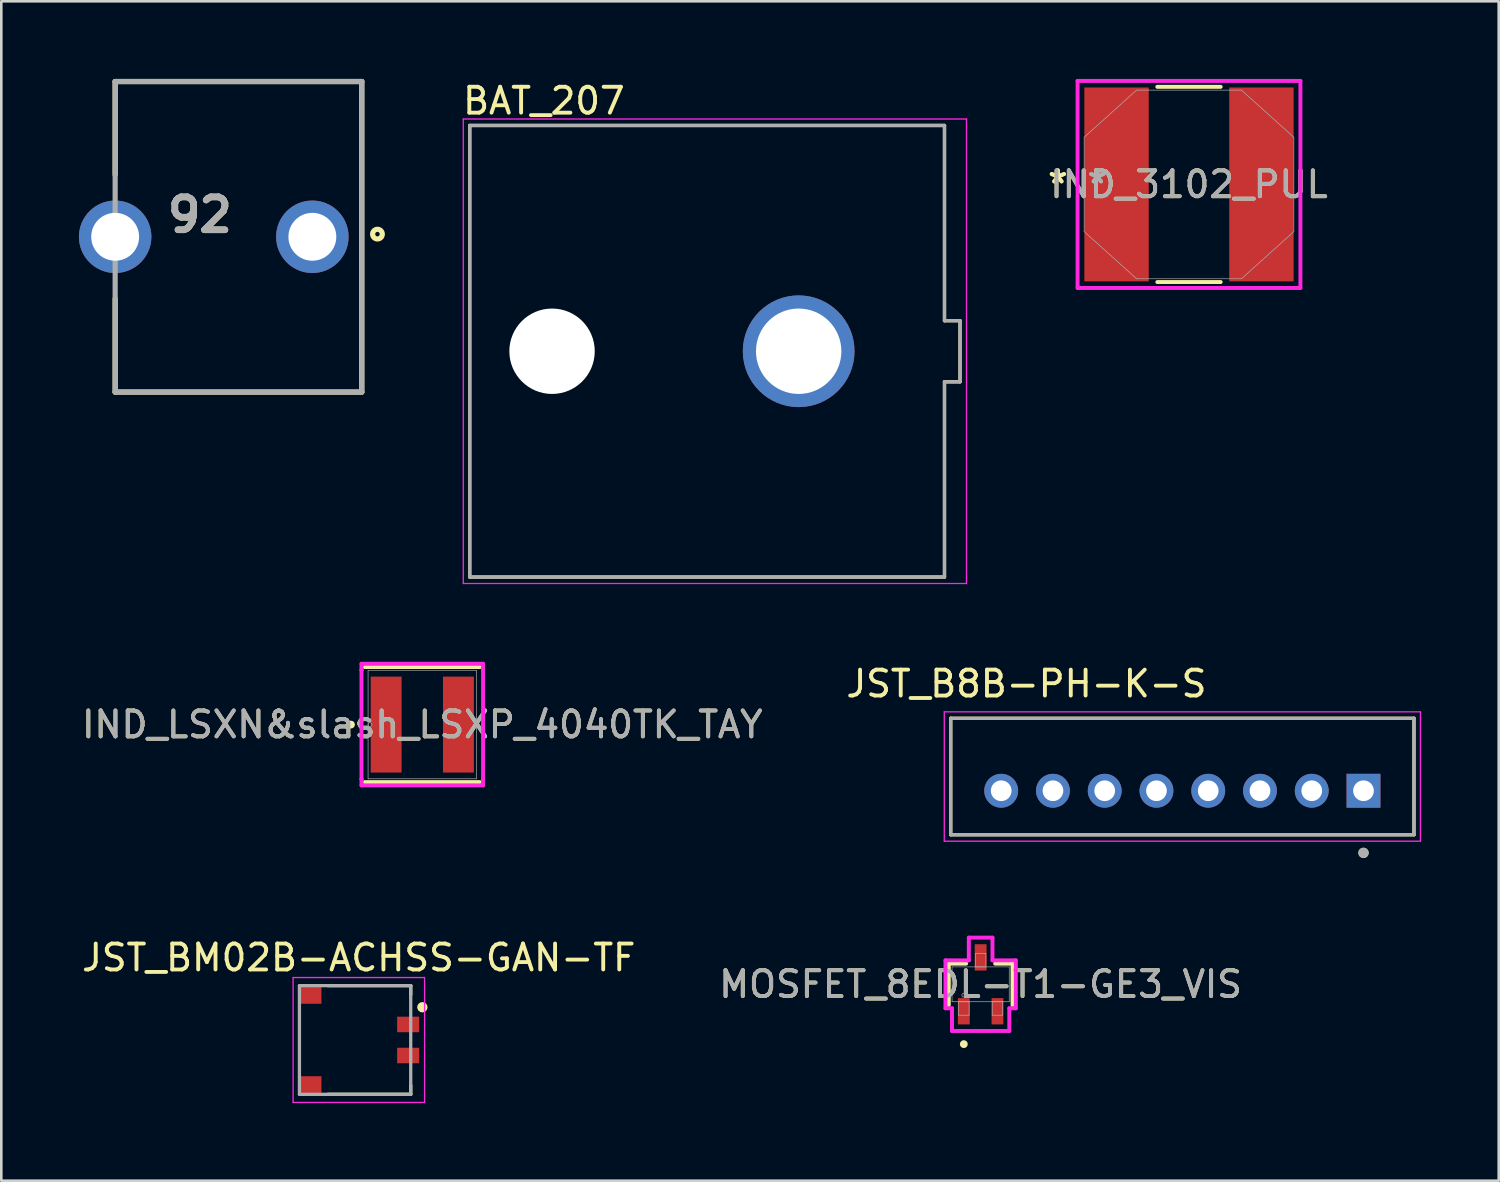
<source format=kicad_pcb>
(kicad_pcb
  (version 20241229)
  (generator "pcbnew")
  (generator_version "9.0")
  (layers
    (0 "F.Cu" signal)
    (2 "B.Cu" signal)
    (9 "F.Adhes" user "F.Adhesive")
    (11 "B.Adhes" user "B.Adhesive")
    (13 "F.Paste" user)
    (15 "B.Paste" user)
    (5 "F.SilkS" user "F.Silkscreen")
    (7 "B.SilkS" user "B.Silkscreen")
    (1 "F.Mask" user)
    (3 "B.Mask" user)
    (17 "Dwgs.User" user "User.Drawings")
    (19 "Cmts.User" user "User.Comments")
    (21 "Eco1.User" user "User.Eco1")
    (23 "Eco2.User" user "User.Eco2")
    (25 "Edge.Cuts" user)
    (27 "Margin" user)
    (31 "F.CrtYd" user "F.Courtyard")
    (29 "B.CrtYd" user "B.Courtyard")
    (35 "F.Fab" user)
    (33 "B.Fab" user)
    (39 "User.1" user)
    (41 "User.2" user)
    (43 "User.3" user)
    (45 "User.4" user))
  (footprint "MOSFET_8EDL-T1-GE3_VIS"
    (layer "F.Cu")
    (at 34.844 34.986)
    (property "Reference" "MOSFET_8EDL-T1-GE3_VIS" (at 0 0 0) (unlocked yes) (layer "F.SilkS") (effects (font (size 1 1) (thickness 0.15))))
    (attr smd)
    (fp_line (start -1.232 -0.8) (end -1.232 0.8) (stroke (width 0.152) (type solid)) (layer "F.SilkS"))
    (fp_line (start -0.561 -0.8) (end -1.232 -0.8) (stroke (width 0.152) (type solid)) (layer "F.SilkS"))
    (fp_line (start 1.232 -0.8) (end 0.561 -0.8) (stroke (width 0.152) (type solid)) (layer "F.SilkS"))
    (fp_line (start 1.232 0.8) (end 1.232 -0.8) (stroke (width 0.152) (type solid)) (layer "F.SilkS"))
    (fp_circle (center -0.65 2.311) (end -0.574 2.311) (stroke (width 0.152) (type solid)) (fill no) (layer "F.SilkS"))
    (fp_line (start -1.359 -0.927) (end -0.457 -0.927) (stroke (width 0.152) (type solid)) (layer "F.CrtYd"))
    (fp_line (start -1.359 0.927) (end -1.359 -0.927) (stroke (width 0.152) (type solid)) (layer "F.CrtYd"))
    (fp_line (start -1.359 0.927) (end -1.107 0.927) (stroke (width 0.152) (type solid)) (layer "F.CrtYd"))
    (fp_line (start -1.107 0.927) (end -1.107 1.803) (stroke (width 0.152) (type solid)) (layer "F.CrtYd"))
    (fp_line (start -1.107 1.803) (end 1.107 1.803) (stroke (width 0.152) (type solid)) (layer "F.CrtYd"))
    (fp_line (start -0.457 -1.803) (end 0.457 -1.803) (stroke (width 0.152) (type solid)) (layer "F.CrtYd"))
    (fp_line (start -0.457 -0.927) (end -0.457 -1.803) (stroke (width 0.152) (type solid)) (layer "F.CrtYd"))
    (fp_line (start 0.457 -0.927) (end 0.457 -1.803) (stroke (width 0.152) (type solid)) (layer "F.CrtYd"))
    (fp_line (start 1.107 0.927) (end 1.107 1.803) (stroke (width 0.152) (type solid)) (layer "F.CrtYd"))
    (fp_line (start 1.359 -0.927) (end 0.457 -0.927) (stroke (width 0.152) (type solid)) (layer "F.CrtYd"))
    (fp_line (start 1.359 -0.927) (end 1.359 0.927) (stroke (width 0.152) (type solid)) (layer "F.CrtYd"))
    (fp_line (start 1.359 0.927) (end 1.107 0.927) (stroke (width 0.152) (type solid)) (layer "F.CrtYd"))
    (fp_line (start -1.105 -0.673) (end -1.105 0.673) (stroke (width 0.025) (type solid)) (layer "F.Fab"))
    (fp_line (start -1.105 0.673) (end 1.105 0.673) (stroke (width 0.025) (type solid)) (layer "F.Fab"))
    (fp_line (start -0.853 0.673) (end -0.853 1.194) (stroke (width 0.025) (type solid)) (layer "F.Fab"))
    (fp_line (start -0.853 1.194) (end -0.447 1.194) (stroke (width 0.025) (type solid)) (layer "F.Fab"))
    (fp_line (start -0.447 0.673) (end -0.853 0.673) (stroke (width 0.025) (type solid)) (layer "F.Fab"))
    (fp_line (start -0.447 1.194) (end -0.447 0.673) (stroke (width 0.025) (type solid)) (layer "F.Fab"))
    (fp_line (start -0.203 -1.194) (end -0.203 -0.673) (stroke (width 0.025) (type solid)) (layer "F.Fab"))
    (fp_line (start -0.203 -0.673) (end 0.203 -0.673) (stroke (width 0.025) (type solid)) (layer "F.Fab"))
    (fp_line (start 0.203 -1.194) (end -0.203 -1.194) (stroke (width 0.025) (type solid)) (layer "F.Fab"))
    (fp_line (start 0.203 -0.673) (end 0.203 -1.194) (stroke (width 0.025) (type solid)) (layer "F.Fab"))
    (fp_line (start 0.447 0.673) (end 0.447 1.194) (stroke (width 0.025) (type solid)) (layer "F.Fab"))
    (fp_line (start 0.447 1.194) (end 0.853 1.194) (stroke (width 0.025) (type solid)) (layer "F.Fab"))
    (fp_line (start 0.853 0.673) (end 0.447 0.673) (stroke (width 0.025) (type solid)) (layer "F.Fab"))
    (fp_line (start 0.853 1.194) (end 0.853 0.673) (stroke (width 0.025) (type solid)) (layer "F.Fab"))
    (fp_line (start 1.105 -0.673) (end -1.105 -0.673) (stroke (width 0.025) (type solid)) (layer "F.Fab"))
    (fp_line (start 1.105 0.673) (end 1.105 -0.673) (stroke (width 0.025) (type solid)) (layer "F.Fab"))
    (fp_circle (center -0.65 0.419) (end -0.574 0.419) (stroke (width 0.025) (type solid)) (fill no) (layer "F.Fab"))
    (fp_text user "${REFERENCE}" (at 0 0 0) (unlocked yes) (layer "F.Fab") (effects (font (size 1 1) (thickness 0.15))))
    (pad "1" smd rect (at -0.65 1.041) (size 0.457 1.016) (layers "F.Cu" "F.Mask" "F.Paste"))
    (pad "2" smd rect (at 0.65 1.041) (size 0.457 1.016) (layers "F.Cu" "F.Mask" "F.Paste"))
    (pad "3" smd rect (at 0 -1.041) (size 0.457 1.016) (layers "F.Cu" "F.Mask" "F.Paste")))
  (footprint "IND_3102_PUL"
    (layer "F.Cu")
    (at 42.895 4.077)
    (property "Reference" "IND_3102_PUL" (at 0 0 0) (unlocked yes) (layer "F.SilkS") (effects (font (size 1 1) (thickness 0.15))))
    (attr smd)
    (fp_line (start -1.224 3.772) (end 1.224 3.772) (stroke (width 0.152) (type solid)) (layer "F.SilkS"))
    (fp_line (start 1.224 -3.772) (end -1.224 -3.772) (stroke (width 0.152) (type solid)) (layer "F.SilkS"))
    (fp_line (start -4.305 -4) (end 4.305 -4) (stroke (width 0.152) (type solid)) (layer "F.CrtYd"))
    (fp_line (start -4.305 4) (end -4.305 -4) (stroke (width 0.152) (type solid)) (layer "F.CrtYd"))
    (fp_line (start 4.305 -4) (end 4.305 4) (stroke (width 0.152) (type solid)) (layer "F.CrtYd"))
    (fp_line (start 4.305 4) (end -4.305 4) (stroke (width 0.152) (type solid)) (layer "F.CrtYd"))
    (fp_line (start -4.051 -1.822) (end -4.051 1.822) (stroke (width 0.025) (type solid)) (layer "F.Fab"))
    (fp_line (start -4.051 1.822) (end -2.026 3.645) (stroke (width 0.025) (type solid)) (layer "F.Fab"))
    (fp_line (start -2.026 -3.645) (end -4.051 -1.822) (stroke (width 0.025) (type solid)) (layer "F.Fab"))
    (fp_line (start -2.026 3.645) (end 2.026 3.645) (stroke (width 0.025) (type solid)) (layer "F.Fab"))
    (fp_line (start 2.026 -3.645) (end -2.026 -3.645) (stroke (width 0.025) (type solid)) (layer "F.Fab"))
    (fp_line (start 2.026 3.645) (end 4.051 1.822) (stroke (width 0.025) (type solid)) (layer "F.Fab"))
    (fp_line (start 4.051 -1.822) (end 2.026 -3.645) (stroke (width 0.025) (type solid)) (layer "F.Fab"))
    (fp_line (start 4.051 1.822) (end 4.051 -1.822) (stroke (width 0.025) (type solid)) (layer "F.Fab"))
    (fp_text user "*" (at -5.067 0 0) (unlocked yes) (layer "F.SilkS") (effects (font (size 1 1) (thickness 0.15))))
    (fp_text user "*" (at -5.067 0 0) (layer "F.SilkS") (effects (font (size 1 1) (thickness 0.15))))
    (fp_text user "${REFERENCE}" (at 0 0 0) (unlocked yes) (layer "F.Fab") (effects (font (size 1 1) (thickness 0.15))))
    (fp_text user "*" (at -3.543 0 0) (unlocked yes) (layer "F.Fab") (effects (font (size 1 1) (thickness 0.15))))
    (fp_text user "*" (at -3.543 0 0) (layer "F.Fab") (effects (font (size 1 1) (thickness 0.15))))
    (pad "1" smd rect (at -2.8 0) (size 2.489 7.493) (layers "F.Cu" "F.Mask" "F.Paste"))
    (pad "2" smd rect (at 2.8 0) (size 2.489 7.493) (layers "F.Cu" "F.Mask" "F.Paste")))
  (footprint "BAT_207"
    (layer "F.Cu")
    (at 23.047 10.523)
    (property "Reference" "BAT_207" (at -5.08 -9.675 0) (layer "F.SilkS") (effects (font (size 1 1) (thickness 0.15))))
    (attr through_hole)
    (fp_line (start -7.945 -8.725) (end 10.4 -8.725) (stroke (width 0.127) (type solid)) (layer "F.SilkS"))
    (fp_line (start -7.945 8.725) (end -7.945 -8.725) (stroke (width 0.127) (type solid)) (layer "F.SilkS"))
    (fp_line (start 10.4 -1.18) (end 10.4 -8.725) (stroke (width 0.127) (type solid)) (layer "F.SilkS"))
    (fp_line (start 10.4 -1.18) (end 11 -1.18) (stroke (width 0.127) (type solid)) (layer "F.SilkS"))
    (fp_line (start 10.4 1.18) (end 10.4 8.725) (stroke (width 0.127) (type solid)) (layer "F.SilkS"))
    (fp_line (start 10.4 1.18) (end 11 1.18) (stroke (width 0.127) (type solid)) (layer "F.SilkS"))
    (fp_line (start 10.4 8.725) (end -7.945 8.725) (stroke (width 0.127) (type solid)) (layer "F.SilkS"))
    (fp_line (start 11 -1.18) (end 11 1.18) (stroke (width 0.127) (type solid)) (layer "F.SilkS"))
    (fp_line (start -8.195 -8.975) (end 11.25 -8.975) (stroke (width 0.05) (type solid)) (layer "F.CrtYd"))
    (fp_line (start -8.195 8.975) (end -8.195 -8.975) (stroke (width 0.05) (type solid)) (layer "F.CrtYd"))
    (fp_line (start 11.25 -8.975) (end 11.25 8.975) (stroke (width 0.05) (type solid)) (layer "F.CrtYd"))
    (fp_line (start 11.25 8.975) (end -8.195 8.975) (stroke (width 0.05) (type solid)) (layer "F.CrtYd"))
    (fp_line (start -7.945 -8.725) (end 10.4 -8.725) (stroke (width 0.127) (type solid)) (layer "F.Fab"))
    (fp_line (start -7.945 8.725) (end -7.945 -8.725) (stroke (width 0.127) (type solid)) (layer "F.Fab"))
    (fp_line (start 10.4 -1.18) (end 10.4 -8.725) (stroke (width 0.127) (type solid)) (layer "F.Fab"))
    (fp_line (start 10.4 -1.18) (end 11 -1.18) (stroke (width 0.127) (type solid)) (layer "F.Fab"))
    (fp_line (start 10.4 1.18) (end 10.4 8.725) (stroke (width 0.127) (type solid)) (layer "F.Fab"))
    (fp_line (start 10.4 1.18) (end 11 1.18) (stroke (width 0.127) (type solid)) (layer "F.Fab"))
    (fp_line (start 10.4 8.725) (end -7.945 8.725) (stroke (width 0.127) (type solid)) (layer "F.Fab"))
    (fp_line (start 11 -1.18) (end 11 1.18) (stroke (width 0.127) (type solid)) (layer "F.Fab"))
    (pad "" np_thru_hole circle (at -4.765 0) (size 3.3 3.3) (drill 3.3) (layers "*.Cu" "*.Mask"))
    (pad "1" thru_hole circle (at 4.765 0) (size 4.316 4.316) (drill 3.3) (layers "*.Cu" "*.Mask")))
  (footprint "JST_BM02B-ACHSS-GAN-TF"
    (layer "F.Cu")
    (at 12.721 37.137)
    (property "Reference" "JST_BM02B-ACHSS-GAN-TF" (at -1.909 -3.181 0) (layer "F.SilkS") (effects (font (size 1.002 1.002) (thickness 0.15))))
    (attr smd)
    (fp_line (start -3.1 -2.1) (end 0.1 -2.1) (stroke (width 0.127) (type solid)) (layer "F.SilkS"))
    (fp_line (start -3.1 2.1) (end 0.1 2.1) (stroke (width 0.127) (type solid)) (layer "F.SilkS"))
    (fp_line (start 0.1 -2.1) (end 0.1 -1.75) (stroke (width 0.127) (type solid)) (layer "F.SilkS"))
    (fp_line (start 0.1 1.75) (end 0.1 2.1) (stroke (width 0.127) (type solid)) (layer "F.SilkS"))
    (fp_circle (center 0.55 -1.265) (end 0.65 -1.265) (stroke (width 0.2) (type solid)) (fill no) (layer "F.SilkS"))
    (fp_line (start -4.445 -2.413) (end 0.635 -2.413) (stroke (width 0.05) (type solid)) (layer "F.CrtYd"))
    (fp_line (start -4.445 2.413) (end -4.445 -2.413) (stroke (width 0.05) (type solid)) (layer "F.CrtYd"))
    (fp_line (start 0.635 -2.413) (end 0.635 2.413) (stroke (width 0.05) (type solid)) (layer "F.CrtYd"))
    (fp_line (start 0.635 2.413) (end -4.445 2.413) (stroke (width 0.05) (type solid)) (layer "F.CrtYd"))
    (fp_line (start -4.2 -2.1) (end 0.1 -2.1) (stroke (width 0.127) (type solid)) (layer "F.Fab"))
    (fp_line (start -4.2 2.1) (end -4.2 -2.1) (stroke (width 0.127) (type solid)) (layer "F.Fab"))
    (fp_line (start 0.1 -2.1) (end 0.1 2.1) (stroke (width 0.127) (type solid)) (layer "F.Fab"))
    (fp_line (start 0.1 2.1) (end -4.2 2.1) (stroke (width 0.127) (type solid)) (layer "F.Fab"))
    (pad "1" smd rect (at 0 -0.6) (size 0.85 0.6) (layers "F.Cu" "F.Mask" "F.Paste"))
    (pad "2" smd rect (at 0 0.6) (size 0.85 0.6) (layers "F.Cu" "F.Mask" "F.Paste"))
    (pad "3" smd rect (at -3.775 1.75) (size 0.85 0.7) (layers "F.Cu" "F.Mask" "F.Paste"))
    (pad "4" smd rect (at -3.775 -1.75) (size 0.85 0.7) (layers "F.Cu" "F.Mask" "F.Paste")))
  (footprint "92"
    (layer "F.Cu")
    (at 10.93 6.1)
    (property "Reference" "92" (at -6.256 -0.846 0) (layer "F.SilkS") (effects (font (size 1.27 1.27) (thickness 0.254))))
    (attr through_hole)
    (fp_line (start -9.53 -6) (end -9.53 -2.395) (stroke (width 0.2) (type solid)) (layer "F.SilkS"))
    (fp_line (start -9.53 -6) (end 0 -6) (stroke (width 0.2) (type solid)) (layer "F.SilkS"))
    (fp_line (start -9.53 6) (end -9.53 2.395) (stroke (width 0.2) (type solid)) (layer "F.SilkS"))
    (fp_line (start 0 -6) (end 0 6) (stroke (width 0.2) (type solid)) (layer "F.SilkS"))
    (fp_line (start 0 6) (end -9.53 6) (stroke (width 0.2) (type solid)) (layer "F.SilkS"))
    (fp_circle (center 0.606 -0.103) (end 0.606 -0.016) (stroke (width 0.2) (type solid)) (fill no) (layer "F.SilkS"))
    (fp_line (start -9.53 -6) (end 0 -6) (stroke (width 0.2) (type solid)) (layer "F.Fab"))
    (fp_line (start -9.53 6) (end -9.53 -6) (stroke (width 0.2) (type solid)) (layer "F.Fab"))
    (fp_line (start 0 -6) (end 0 6) (stroke (width 0.2) (type solid)) (layer "F.Fab"))
    (fp_line (start 0 6) (end -9.53 6) (stroke (width 0.2) (type solid)) (layer "F.Fab"))
    (fp_text user "${REFERENCE}" (at -6.256 -0.846 0) (layer "F.Fab") (effects (font (size 1.27 1.27) (thickness 0.254))))
    (pad "1" thru_hole circle (at -1.91 0) (size 2.8 2.8) (drill 1.85) (layers "*.Cu" "*.Mask"))
    (pad "2" thru_hole circle (at -9.53 0) (size 2.8 2.8) (drill 1.85) (layers "*.Cu" "*.Mask")))
  (footprint "IND_LSXN&slash_LSXP_4040TK_TAY"
    (layer "F.Cu")
    (at 13.268 24.949)
    (property "Reference" "IND_LSXN&slash_LSXP_4040TK_TAY" (at 0 0 0) (unlocked yes) (layer "F.SilkS") (effects (font (size 1 1) (thickness 0.15))))
    (attr smd)
    (fp_line (start -2.223 2.223) (end 2.223 2.223) (stroke (width 0.152) (type solid)) (layer "F.SilkS"))
    (fp_line (start 2.223 -2.223) (end -2.223 -2.223) (stroke (width 0.152) (type solid)) (layer "F.SilkS"))
    (fp_circle (center -2.756 0) (end -2.68 0) (stroke (width 0.152) (type solid)) (fill no) (layer "F.SilkS"))
    (fp_line (start -2.349 -2.349) (end 2.349 -2.349) (stroke (width 0.152) (type solid)) (layer "F.CrtYd"))
    (fp_line (start -2.349 -2.108) (end -2.349 -2.349) (stroke (width 0.152) (type solid)) (layer "F.CrtYd"))
    (fp_line (start -2.349 -2.108) (end -2.349 -2.108) (stroke (width 0.152) (type solid)) (layer "F.CrtYd"))
    (fp_line (start -2.349 2.108) (end -2.349 -2.108) (stroke (width 0.152) (type solid)) (layer "F.CrtYd"))
    (fp_line (start -2.349 2.108) (end -2.349 2.108) (stroke (width 0.152) (type solid)) (layer "F.CrtYd"))
    (fp_line (start -2.349 2.349) (end -2.349 2.108) (stroke (width 0.152) (type solid)) (layer "F.CrtYd"))
    (fp_line (start 2.349 -2.349) (end 2.349 -2.108) (stroke (width 0.152) (type solid)) (layer "F.CrtYd"))
    (fp_line (start 2.349 -2.108) (end 2.349 -2.108) (stroke (width 0.152) (type solid)) (layer "F.CrtYd"))
    (fp_line (start 2.349 -2.108) (end 2.349 2.108) (stroke (width 0.152) (type solid)) (layer "F.CrtYd"))
    (fp_line (start 2.349 2.108) (end 2.349 2.108) (stroke (width 0.152) (type solid)) (layer "F.CrtYd"))
    (fp_line (start 2.349 2.108) (end 2.349 2.349) (stroke (width 0.152) (type solid)) (layer "F.CrtYd"))
    (fp_line (start 2.349 2.349) (end -2.349 2.349) (stroke (width 0.152) (type solid)) (layer "F.CrtYd"))
    (fp_line (start -2.095 -2.095) (end -2.095 2.095) (stroke (width 0.025) (type solid)) (layer "F.Fab"))
    (fp_line (start -2.095 2.095) (end 2.095 2.095) (stroke (width 0.025) (type solid)) (layer "F.Fab"))
    (fp_line (start 2.095 -2.095) (end -2.095 -2.095) (stroke (width 0.025) (type solid)) (layer "F.Fab"))
    (fp_line (start 2.095 2.095) (end 2.095 -2.095) (stroke (width 0.025) (type solid)) (layer "F.Fab"))
    (fp_circle (center -2.019 0) (end -1.943 0) (stroke (width 0.025) (type solid)) (fill no) (layer "F.Fab"))
    (fp_text user "${REFERENCE}" (at 0 0 0) (unlocked yes) (layer "F.Fab") (effects (font (size 1 1) (thickness 0.15))))
    (pad "1" smd rect (at -1.397 0) (size 1.194 3.708) (layers "F.Cu" "F.Mask" "F.Paste"))
    (pad "2" smd rect (at 1.397 0) (size 1.194 3.708) (layers "F.Cu" "F.Mask" "F.Paste"))
    (zone (net_name "") (layer "F.Cu") (hatch full 0.508) (connect_pads) (min_thickness 0.254) (filled_areas_thickness no) (keepout (tracks not_allowed) (vias not_allowed) (pads allowed) (copperpour not_allowed) (footprints allowed)) (placement (enabled no)) (fill) (polygon (pts (xy 12.519 22.904) (xy 14.017 22.904) (xy 14.017 26.994) (xy 12.519 26.994)))))
  (footprint "JST_B8B-PH-K-S"
    (layer "F.Cu")
    (at 42.638 26.956)
    (property "Reference" "JST_B8B-PH-K-S" (at -6.025 -3.585 0) (layer "F.SilkS") (effects (font (size 1 1) (thickness 0.15))))
    (attr through_hole)
    (fp_line (start -8.95 -2.25) (end 8.95 -2.25) (stroke (width 0.127) (type solid)) (layer "F.SilkS"))
    (fp_line (start -8.95 2.25) (end -8.95 -2.25) (stroke (width 0.127) (type solid)) (layer "F.SilkS"))
    (fp_line (start 8.95 -2.25) (end 8.95 2.25) (stroke (width 0.127) (type solid)) (layer "F.SilkS"))
    (fp_line (start 8.95 2.25) (end -8.95 2.25) (stroke (width 0.127) (type solid)) (layer "F.SilkS"))
    (fp_circle (center 7 2.95) (end 7.1 2.95) (stroke (width 0.2) (type solid)) (fill no) (layer "F.SilkS"))
    (fp_line (start -9.2 -2.5) (end 9.2 -2.5) (stroke (width 0.05) (type solid)) (layer "F.CrtYd"))
    (fp_line (start -9.2 2.5) (end -9.2 -2.5) (stroke (width 0.05) (type solid)) (layer "F.CrtYd"))
    (fp_line (start 9.2 -2.5) (end 9.2 2.5) (stroke (width 0.05) (type solid)) (layer "F.CrtYd"))
    (fp_line (start 9.2 2.5) (end -9.2 2.5) (stroke (width 0.05) (type solid)) (layer "F.CrtYd"))
    (fp_line (start -8.95 -2.25) (end 8.95 -2.25) (stroke (width 0.127) (type solid)) (layer "F.Fab"))
    (fp_line (start -8.95 2.25) (end -8.95 -2.25) (stroke (width 0.127) (type solid)) (layer "F.Fab"))
    (fp_line (start 8.95 -2.25) (end 8.95 2.25) (stroke (width 0.127) (type solid)) (layer "F.Fab"))
    (fp_line (start 8.95 2.25) (end -8.95 2.25) (stroke (width 0.127) (type solid)) (layer "F.Fab"))
    (fp_circle (center 7 2.95) (end 7.1 2.95) (stroke (width 0.2) (type solid)) (fill no) (layer "F.Fab"))
    (pad "1" thru_hole rect (at 7 0.55) (size 1.308 1.308) (drill 0.8) (layers "*.Cu" "*.Mask"))
    (pad "2" thru_hole circle (at 5 0.55) (size 1.308 1.308) (drill 0.8) (layers "*.Cu" "*.Mask"))
    (pad "3" thru_hole circle (at 3 0.55) (size 1.308 1.308) (drill 0.8) (layers "*.Cu" "*.Mask"))
    (pad "4" thru_hole circle (at 1 0.55) (size 1.308 1.308) (drill 0.8) (layers "*.Cu" "*.Mask"))
    (pad "5" thru_hole circle (at -1 0.55) (size 1.308 1.308) (drill 0.8) (layers "*.Cu" "*.Mask"))
    (pad "6" thru_hole circle (at -3 0.55) (size 1.308 1.308) (drill 0.8) (layers "*.Cu" "*.Mask"))
    (pad "7" thru_hole circle (at -5 0.55) (size 1.308 1.308) (drill 0.8) (layers "*.Cu" "*.Mask"))
    (pad "8" thru_hole circle (at -7 0.55) (size 1.308 1.308) (drill 0.8) (layers "*.Cu" "*.Mask")))
  (gr_rect
    (start -3 -3)
    (end 54.863 42.575)
    (stroke (width 0.1) (type default))
    (fill no)
    (layer "Edge.Cuts")))
</source>
